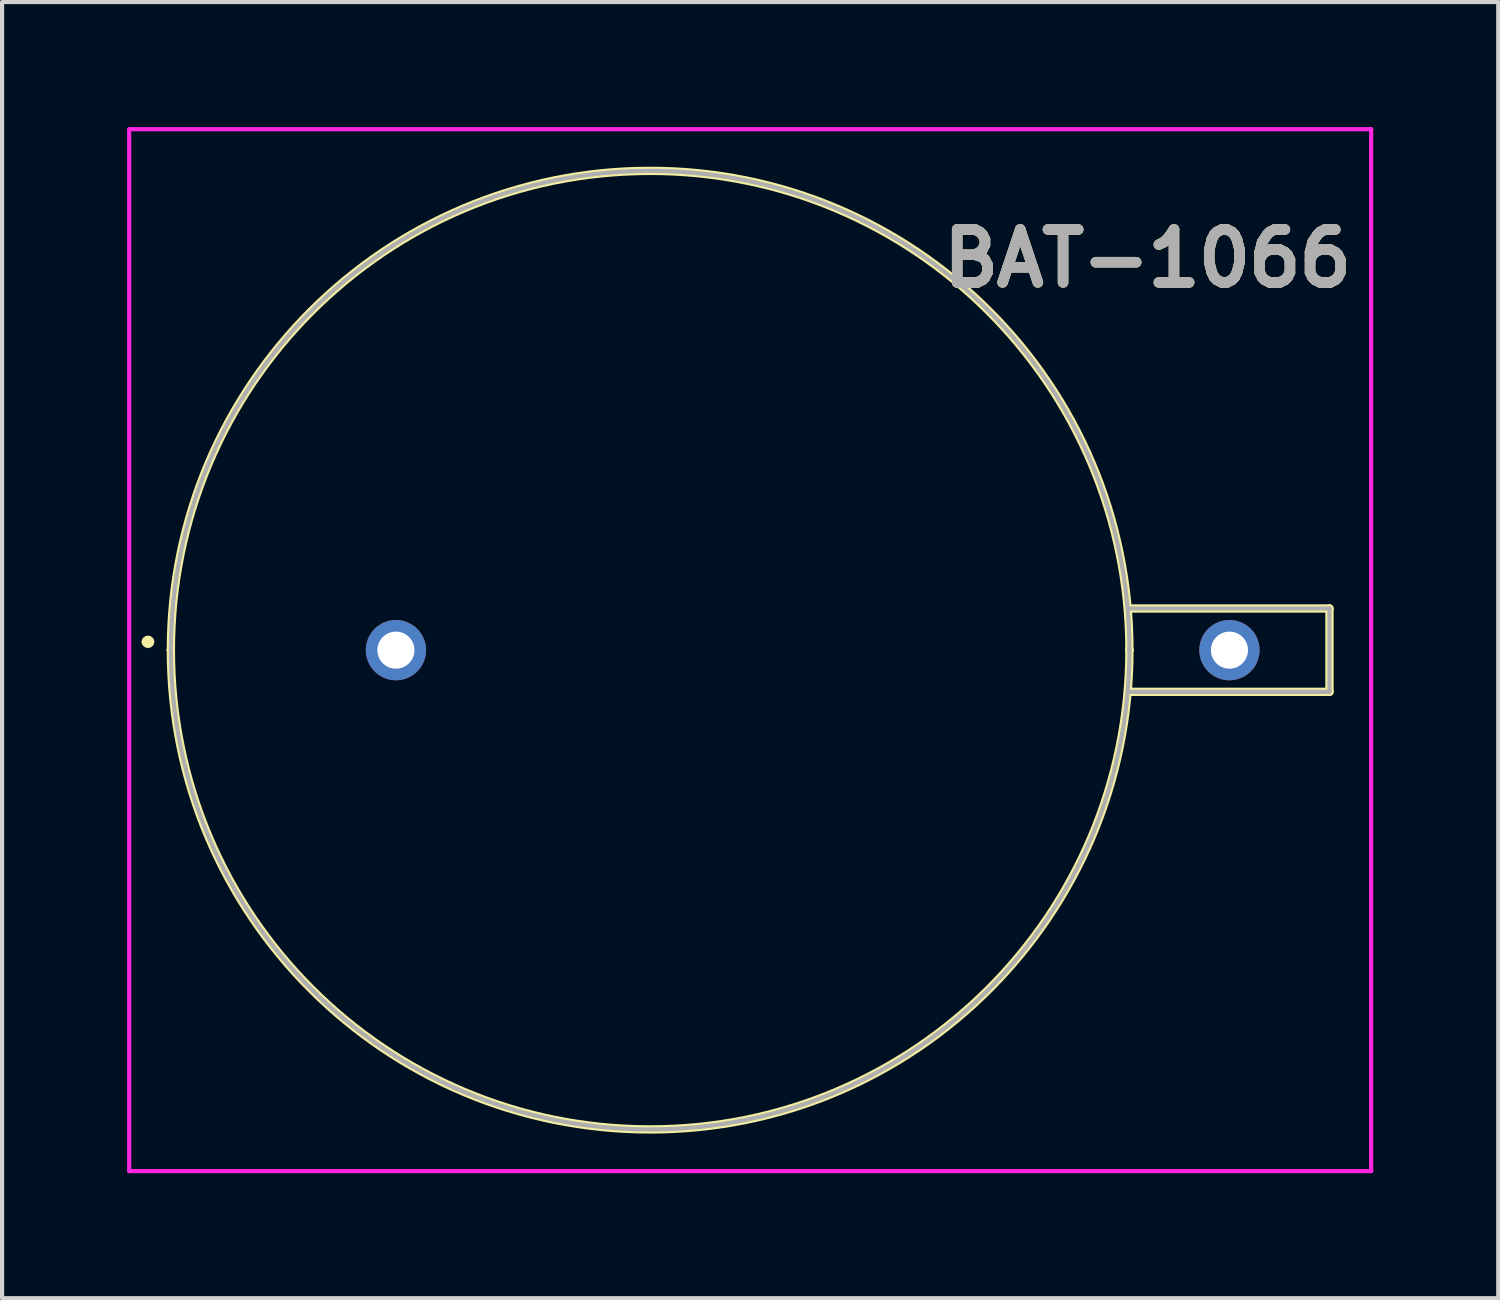
<source format=kicad_pcb>
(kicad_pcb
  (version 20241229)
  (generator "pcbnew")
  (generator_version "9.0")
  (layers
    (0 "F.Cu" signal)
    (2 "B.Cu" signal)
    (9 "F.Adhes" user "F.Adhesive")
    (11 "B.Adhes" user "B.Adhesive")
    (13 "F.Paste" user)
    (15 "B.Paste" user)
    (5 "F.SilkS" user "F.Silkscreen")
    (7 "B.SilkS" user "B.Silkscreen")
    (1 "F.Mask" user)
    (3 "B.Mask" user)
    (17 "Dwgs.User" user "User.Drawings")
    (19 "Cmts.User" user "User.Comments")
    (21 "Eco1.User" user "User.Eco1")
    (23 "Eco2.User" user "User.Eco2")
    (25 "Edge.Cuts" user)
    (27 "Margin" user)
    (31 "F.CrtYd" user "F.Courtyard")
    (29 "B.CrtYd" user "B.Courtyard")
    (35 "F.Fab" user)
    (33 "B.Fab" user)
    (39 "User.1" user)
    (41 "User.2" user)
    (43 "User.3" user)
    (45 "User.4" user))
  (footprint "BAT-1066"
    (layer "F.Cu")
    (at 6.45 12.55)
    (property "Reference" "BAT-1066" (at 18.034 -9.398 0) (layer "F.SilkS") (effects (font (size 1.27 1.27) (thickness 0.254))))
    (attr through_hole)
    (fp_line (start -6 -0.2) (end -6 -0.2) (stroke (width 0.2) (type solid)) (layer "F.SilkS"))
    (fp_line (start -5.9 -0.2) (end -5.9 -0.2) (stroke (width 0.2) (type solid)) (layer "F.SilkS"))
    (fp_line (start -5.4 0) (end -5.4 0) (stroke (width 0.2) (type solid)) (layer "F.SilkS"))
    (fp_line (start 17.6 -1) (end 22.4 -1) (stroke (width 0.2) (type solid)) (layer "F.SilkS"))
    (fp_line (start 17.6 0) (end 17.6 0) (stroke (width 0.2) (type solid)) (layer "F.SilkS"))
    (fp_line (start 22.4 -1) (end 22.4 1) (stroke (width 0.2) (type solid)) (layer "F.SilkS"))
    (fp_line (start 22.4 1) (end 17.6 1) (stroke (width 0.2) (type solid)) (layer "F.SilkS"))
    (fp_arc (start -6 -0.2) (mid -5.95 -0.25) (end -5.9 -0.2) (stroke (width 0.2) (type solid)) (layer "F.SilkS"))
    (fp_arc (start -5.9 -0.2) (mid -5.95 -0.15) (end -6 -0.2) (stroke (width 0.2) (type solid)) (layer "F.SilkS"))
    (fp_arc (start -5.4 0) (mid 6.1 -11.5) (end 17.6 0) (stroke (width 0.2) (type solid)) (layer "F.SilkS"))
    (fp_arc (start 17.6 0) (mid 6.1 11.5) (end -5.4 0) (stroke (width 0.2) (type solid)) (layer "F.SilkS"))
    (fp_line (start -6.4 -12.5) (end 23.4 -12.5) (stroke (width 0.1) (type solid)) (layer "F.CrtYd"))
    (fp_line (start -6.4 12.5) (end -6.4 -12.5) (stroke (width 0.1) (type solid)) (layer "F.CrtYd"))
    (fp_line (start 23.4 -12.5) (end 23.4 12.5) (stroke (width 0.1) (type solid)) (layer "F.CrtYd"))
    (fp_line (start 23.4 12.5) (end -6.4 12.5) (stroke (width 0.1) (type solid)) (layer "F.CrtYd"))
    (fp_line (start -5.4 0) (end -5.4 0) (stroke (width 0.1) (type solid)) (layer "F.Fab"))
    (fp_line (start 17.6 -1) (end 22.4 -1) (stroke (width 0.1) (type solid)) (layer "F.Fab"))
    (fp_line (start 17.6 0) (end 17.6 0) (stroke (width 0.1) (type solid)) (layer "F.Fab"))
    (fp_line (start 22.4 -1) (end 22.4 1) (stroke (width 0.1) (type solid)) (layer "F.Fab"))
    (fp_line (start 22.4 1) (end 17.6 1) (stroke (width 0.1) (type solid)) (layer "F.Fab"))
    (fp_arc (start -5.4 0) (mid 6.1 -11.5) (end 17.6 0) (stroke (width 0.1) (type solid)) (layer "F.Fab"))
    (fp_arc (start 17.6 0) (mid 6.1 11.5) (end -5.4 0) (stroke (width 0.1) (type solid)) (layer "F.Fab"))
    (fp_text user "${REFERENCE}" (at 18.034 -9.398 0) (layer "F.Fab") (effects (font (size 1.27 1.27) (thickness 0.254))))
    (pad "1" thru_hole circle (at 0 0) (size 1.446 1.446) (drill 0.89) (layers "*.Cu" "*.Mask"))
    (pad "2" thru_hole circle (at 20 0) (size 1.446 1.446) (drill 0.89) (layers "*.Cu" "*.Mask")))
  (gr_rect
    (start -3 -3)
    (end 32.9 28.1)
    (stroke (width 0.1) (type default))
    (fill no)
    (layer "Edge.Cuts")))
</source>
